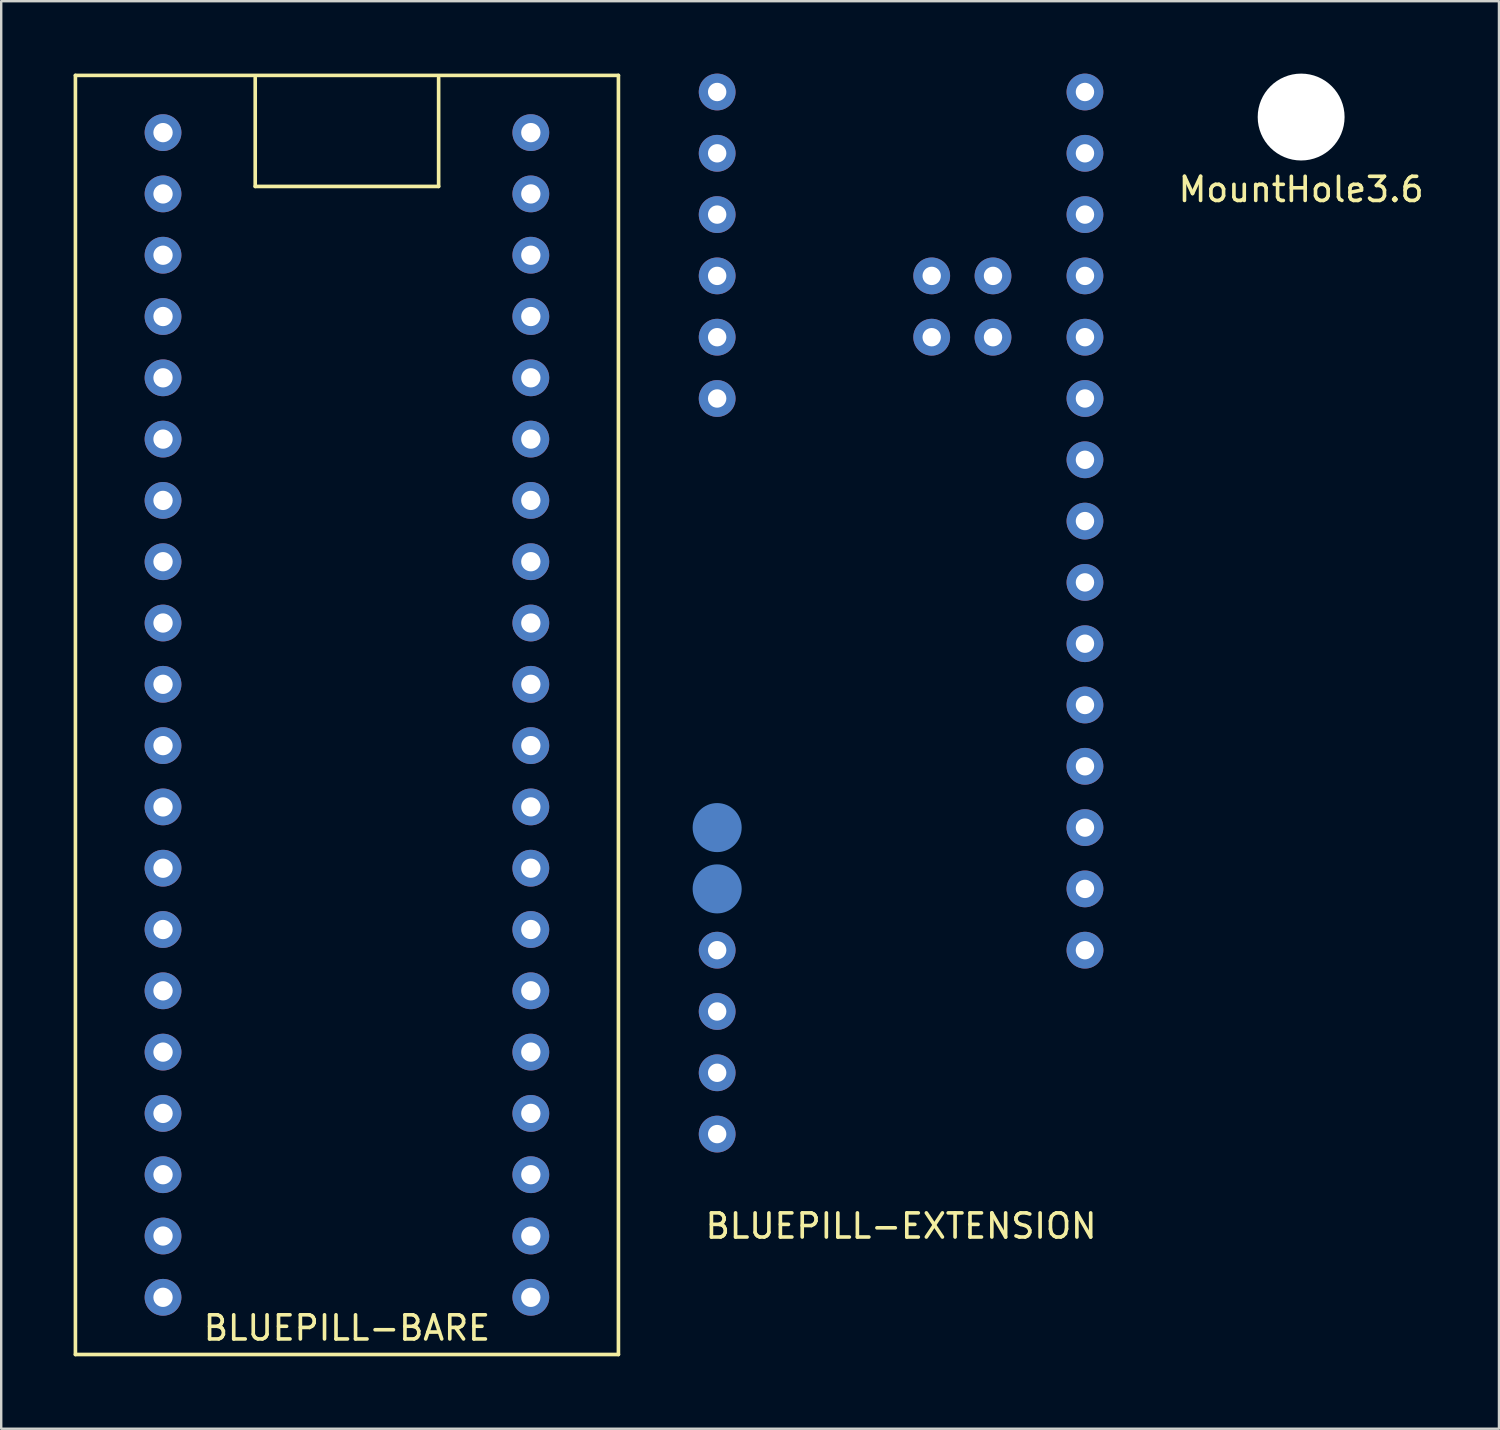
<source format=kicad_pcb>
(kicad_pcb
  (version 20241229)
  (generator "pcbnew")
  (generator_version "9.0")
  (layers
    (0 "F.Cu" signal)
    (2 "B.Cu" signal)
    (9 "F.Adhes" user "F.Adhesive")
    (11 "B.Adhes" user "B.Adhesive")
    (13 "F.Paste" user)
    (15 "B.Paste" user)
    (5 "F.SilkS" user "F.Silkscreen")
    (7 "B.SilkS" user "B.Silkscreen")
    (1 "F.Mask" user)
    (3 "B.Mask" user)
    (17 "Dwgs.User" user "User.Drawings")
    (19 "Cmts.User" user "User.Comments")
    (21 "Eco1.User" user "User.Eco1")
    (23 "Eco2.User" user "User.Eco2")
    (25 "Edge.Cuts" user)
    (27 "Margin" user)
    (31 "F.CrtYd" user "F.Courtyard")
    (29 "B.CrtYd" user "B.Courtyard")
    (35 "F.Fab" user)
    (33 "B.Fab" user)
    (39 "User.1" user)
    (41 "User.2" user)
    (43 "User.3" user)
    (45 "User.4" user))
  (footprint "BLUEPILL-BARE"
    (layer "F.Cu")
    (at 11.325 26.575)
    (property "Reference" "BLUEPILL-BARE" (at 0 25.4 0) (layer "F.SilkS") (effects (font (size 1 1) (thickness 0.15))))
    (attr through_hole)
    (fp_line (start -11.25 -26.5) (end 11.25 -26.5) (stroke (width 0.15) (type solid)) (layer "F.SilkS"))
    (fp_line (start -11.25 26.5) (end -11.25 -26.5) (stroke (width 0.15) (type solid)) (layer "F.SilkS"))
    (fp_line (start -3.8 -26.4) (end -3.8 -21.9) (stroke (width 0.15) (type solid)) (layer "F.SilkS"))
    (fp_line (start -3.8 -21.9) (end 3.8 -21.9) (stroke (width 0.15) (type solid)) (layer "F.SilkS"))
    (fp_line (start 3.8 -21.9) (end 3.8 -26.4) (stroke (width 0.15) (type solid)) (layer "F.SilkS"))
    (fp_line (start 11.25 -26.5) (end 11.25 26.5) (stroke (width 0.15) (type solid)) (layer "F.SilkS"))
    (fp_line (start 11.25 26.5) (end -11.25 26.5) (stroke (width 0.15) (type solid)) (layer "F.SilkS"))
    (pad "3V3" thru_hole circle (at -7.62 24.13) (size 1.524 1.524) (drill 0.8) (layers "*.Cu" "*.Mask"))
    (pad "3V3" thru_hole circle (at 7.62 -19.05) (size 1.524 1.524) (drill 0.8) (layers "*.Cu" "*.Mask"))
    (pad "5V" thru_hole circle (at -7.62 19.05) (size 1.524 1.524) (drill 0.8) (layers "*.Cu" "*.Mask"))
    (pad "G" thru_hole circle (at -7.62 21.59) (size 1.524 1.524) (drill 0.8) (layers "*.Cu" "*.Mask"))
    (pad "G" thru_hole circle (at 7.62 -24.13) (size 1.524 1.524) (drill 0.8) (layers "*.Cu" "*.Mask"))
    (pad "G" thru_hole circle (at 7.62 -21.59) (size 1.524 1.524) (drill 0.8) (layers "*.Cu" "*.Mask"))
    (pad "NRST" thru_hole circle (at 7.62 -16.51) (size 1.524 1.524) (drill 0.8) (layers "*.Cu" "*.Mask"))
    (pad "PA0" thru_hole circle (at 7.62 13.97) (size 1.524 1.524) (drill 0.8) (layers "*.Cu" "*.Mask"))
    (pad "PA1" thru_hole circle (at 7.62 11.43) (size 1.524 1.524) (drill 0.8) (layers "*.Cu" "*.Mask"))
    (pad "PA2" thru_hole circle (at 7.62 8.89) (size 1.524 1.524) (drill 0.8) (layers "*.Cu" "*.Mask"))
    (pad "PA3" thru_hole circle (at 7.62 6.35) (size 1.524 1.524) (drill 0.8) (layers "*.Cu" "*.Mask"))
    (pad "PA4" thru_hole circle (at 7.62 3.81) (size 1.524 1.524) (drill 0.8) (layers "*.Cu" "*.Mask"))
    (pad "PA5" thru_hole circle (at 7.62 1.27) (size 1.524 1.524) (drill 0.8) (layers "*.Cu" "*.Mask"))
    (pad "PA6" thru_hole circle (at 7.62 -1.27) (size 1.524 1.524) (drill 0.8) (layers "*.Cu" "*.Mask"))
    (pad "PA7" thru_hole circle (at 7.62 -3.81) (size 1.524 1.524) (drill 0.8) (layers "*.Cu" "*.Mask"))
    (pad "PA8" thru_hole circle (at -7.62 -13.97) (size 1.524 1.524) (drill 0.8) (layers "*.Cu" "*.Mask"))
    (pad "PA9" thru_hole circle (at -7.62 -11.43) (size 1.524 1.524) (drill 0.8) (layers "*.Cu" "*.Mask"))
    (pad "PA10" thru_hole circle (at -7.62 -8.89) (size 1.524 1.524) (drill 0.8) (layers "*.Cu" "*.Mask"))
    (pad "PA11" thru_hole circle (at -7.62 -6.35) (size 1.524 1.524) (drill 0.8) (layers "*.Cu" "*.Mask"))
    (pad "PA12" thru_hole circle (at -7.62 -3.81) (size 1.524 1.524) (drill 0.8) (layers "*.Cu" "*.Mask"))
    (pad "PA15" thru_hole circle (at -7.62 -1.27) (size 1.524 1.524) (drill 0.8) (layers "*.Cu" "*.Mask"))
    (pad "PB0" thru_hole circle (at 7.62 -6.35) (size 1.524 1.524) (drill 0.8) (layers "*.Cu" "*.Mask"))
    (pad "PB1" thru_hole circle (at 7.62 -8.89) (size 1.524 1.524) (drill 0.8) (layers "*.Cu" "*.Mask"))
    (pad "PB3" thru_hole circle (at -7.62 1.27) (size 1.524 1.524) (drill 0.8) (layers "*.Cu" "*.Mask"))
    (pad "PB4" thru_hole circle (at -7.62 3.81) (size 1.524 1.524) (drill 0.8) (layers "*.Cu" "*.Mask"))
    (pad "PB5" thru_hole circle (at -7.62 6.35) (size 1.524 1.524) (drill 0.8) (layers "*.Cu" "*.Mask"))
    (pad "PB6" thru_hole circle (at -7.62 8.89) (size 1.524 1.524) (drill 0.8) (layers "*.Cu" "*.Mask"))
    (pad "PB7" thru_hole circle (at -7.62 11.43) (size 1.524 1.524) (drill 0.8) (layers "*.Cu" "*.Mask"))
    (pad "PB8" thru_hole circle (at -7.62 13.97) (size 1.524 1.524) (drill 0.8) (layers "*.Cu" "*.Mask"))
    (pad "PB9" thru_hole circle (at -7.62 16.51) (size 1.524 1.524) (drill 0.8) (layers "*.Cu" "*.Mask"))
    (pad "PB10" thru_hole circle (at 7.62 -11.43) (size 1.524 1.524) (drill 0.8) (layers "*.Cu" "*.Mask"))
    (pad "PB11" thru_hole circle (at 7.62 -13.97) (size 1.524 1.524) (drill 0.8) (layers "*.Cu" "*.Mask"))
    (pad "PB12" thru_hole circle (at -7.62 -24.13) (size 1.524 1.524) (drill 0.8) (layers "*.Cu" "*.Mask"))
    (pad "PB13" thru_hole circle (at -7.62 -21.59) (size 1.524 1.524) (drill 0.8) (layers "*.Cu" "*.Mask"))
    (pad "PB14" thru_hole circle (at -7.62 -19.05) (size 1.524 1.524) (drill 0.8) (layers "*.Cu" "*.Mask"))
    (pad "PB15" thru_hole circle (at -7.62 -16.51) (size 1.524 1.524) (drill 0.8) (layers "*.Cu" "*.Mask"))
    (pad "PC13" thru_hole circle (at 7.62 21.59) (size 1.524 1.524) (drill 0.8) (layers "*.Cu" "*.Mask"))
    (pad "PC14" thru_hole circle (at 7.62 19.05) (size 1.524 1.524) (drill 0.8) (layers "*.Cu" "*.Mask"))
    (pad "PC15" thru_hole circle (at 7.62 16.51) (size 1.524 1.524) (drill 0.8) (layers "*.Cu" "*.Mask"))
    (pad "VBAT" thru_hole circle (at 7.62 24.13) (size 1.524 1.524) (drill 0.8) (layers "*.Cu" "*.Mask")))
  (footprint "BLUEPILL-EXTENSION"
    (layer "F.Cu")
    (at 34.286 22.352)
    (property "Reference" "BLUEPILL-EXTENSION" (at 0 25.4 0) (layer "F.SilkS") (effects (font (size 1 1) (thickness 0.15))))
    (attr through_hole)
    (pad "3V3" thru_hole circle (at 7.62 -19.05) (size 1.524 1.524) (drill 0.762) (layers "*.Cu" "*.Mask"))
    (pad "5V" thru_hole circle (at -7.62 19.05) (size 1.524 1.524) (drill 0.762) (layers "*.Cu" "*.Mask"))
    (pad "BOOT" thru_hole circle (at 3.81 -13.97) (size 1.524 1.524) (drill 0.762) (layers "*.Cu" "*.Mask"))
    (pad "BOOT" thru_hole circle (at 3.81 -11.43) (size 1.524 1.524) (drill 0.762) (layers "*.Cu" "*.Mask"))
    (pad "G" thru_hole circle (at -7.62 21.59) (size 1.524 1.524) (drill 0.762) (layers "*.Cu" "*.Mask"))
    (pad "G" thru_hole circle (at 7.62 -21.59) (size 1.524 1.524) (drill 0.762) (layers "*.Cu" "*.Mask"))
    (pad "NRST" thru_hole circle (at 7.62 -16.51) (size 1.524 1.524) (drill 0.762) (layers "*.Cu" "*.Mask"))
    (pad "PA0" thru_hole circle (at 7.62 13.97) (size 1.524 1.524) (drill 0.762) (layers "*.Cu" "*.Mask"))
    (pad "PA1" thru_hole circle (at 7.62 11.43) (size 1.524 1.524) (drill 0.762) (layers "*.Cu" "*.Mask"))
    (pad "PA2" thru_hole circle (at 7.62 8.89) (size 1.524 1.524) (drill 0.762) (layers "*.Cu" "*.Mask"))
    (pad "PA3" thru_hole circle (at 7.62 6.35) (size 1.524 1.524) (drill 0.762) (layers "*.Cu" "*.Mask"))
    (pad "PA4" thru_hole circle (at 7.62 3.81) (size 1.524 1.524) (drill 0.762) (layers "*.Cu" "*.Mask"))
    (pad "PA5" thru_hole circle (at 7.62 1.27) (size 1.524 1.524) (drill 0.762) (layers "*.Cu" "*.Mask"))
    (pad "PA6" thru_hole circle (at 7.62 -1.27) (size 1.524 1.524) (drill 0.762) (layers "*.Cu" "*.Mask"))
    (pad "PA7" thru_hole circle (at 7.62 -3.81) (size 1.524 1.524) (drill 0.762) (layers "*.Cu" "*.Mask"))
    (pad "PA8" thru_hole circle (at -7.62 -13.97) (size 1.524 1.524) (drill 0.762) (layers "*.Cu" "*.Mask"))
    (pad "PA9" thru_hole circle (at -7.62 -11.43) (size 1.524 1.524) (drill 0.762) (layers "*.Cu" "*.Mask"))
    (pad "PA10" thru_hole circle (at -7.62 -8.89) (size 1.524 1.524) (drill 0.762) (layers "*.Cu" "*.Mask"))
    (pad "PB0" thru_hole circle (at 7.62 -6.35) (size 1.524 1.524) (drill 0.762) (layers "*.Cu" "*.Mask"))
    (pad "PB1" thru_hole circle (at 7.62 -8.89) (size 1.524 1.524) (drill 0.762) (layers "*.Cu" "*.Mask"))
    (pad "PB2" thru_hole circle (at 1.27 -13.97) (size 1.524 1.524) (drill 0.762) (layers "*.Cu" "*.Mask"))
    (pad "PB2" thru_hole circle (at 1.27 -11.43) (size 1.524 1.524) (drill 0.762) (layers "*.Cu" "*.Mask"))
    (pad "PB6" smd circle (at -7.62 8.89) (size 2.032 2.032) (layers "B.Cu" "B.Mask"))
    (pad "PB7" smd circle (at -7.62 11.43) (size 2.032 2.032) (layers "B.Cu" "B.Mask"))
    (pad "PB8" thru_hole circle (at -7.62 13.97) (size 1.524 1.524) (drill 0.762) (layers "*.Cu" "*.Mask"))
    (pad "PB9" thru_hole circle (at -7.62 16.51) (size 1.524 1.524) (drill 0.762) (layers "*.Cu" "*.Mask"))
    (pad "PB10" thru_hole circle (at 7.62 -11.43) (size 1.524 1.524) (drill 0.762) (layers "*.Cu" "*.Mask"))
    (pad "PB11" thru_hole circle (at 7.62 -13.97) (size 1.524 1.524) (drill 0.762) (layers "*.Cu" "*.Mask"))
    (pad "PB13" thru_hole circle (at -7.62 -21.59) (size 1.524 1.524) (drill 0.762) (layers "*.Cu" "*.Mask"))
    (pad "PB14" thru_hole circle (at -7.62 -19.05) (size 1.524 1.524) (drill 0.762) (layers "*.Cu" "*.Mask"))
    (pad "PB15" thru_hole circle (at -7.62 -16.51) (size 1.524 1.524) (drill 0.762) (layers "*.Cu" "*.Mask")))
  (footprint "MountHole3.6"
    (layer "F.Cu")
    (at 50.864 1.8)
    (property "Reference" "MountHole3.6" (at 0 3 0) (layer "F.SilkS") (effects (font (size 1 1) (thickness 0.15))))
    (attr through_hole)
    (pad "" np_thru_hole circle (at 0 0) (size 3.6 3.6) (drill 3.6) (layers "*.Cu" "*.Mask")))
  (gr_rect
    (start -3 -3)
    (end 59.061 56.15)
    (stroke (width 0.1) (type default))
    (fill no)
    (layer "Edge.Cuts")))
</source>
